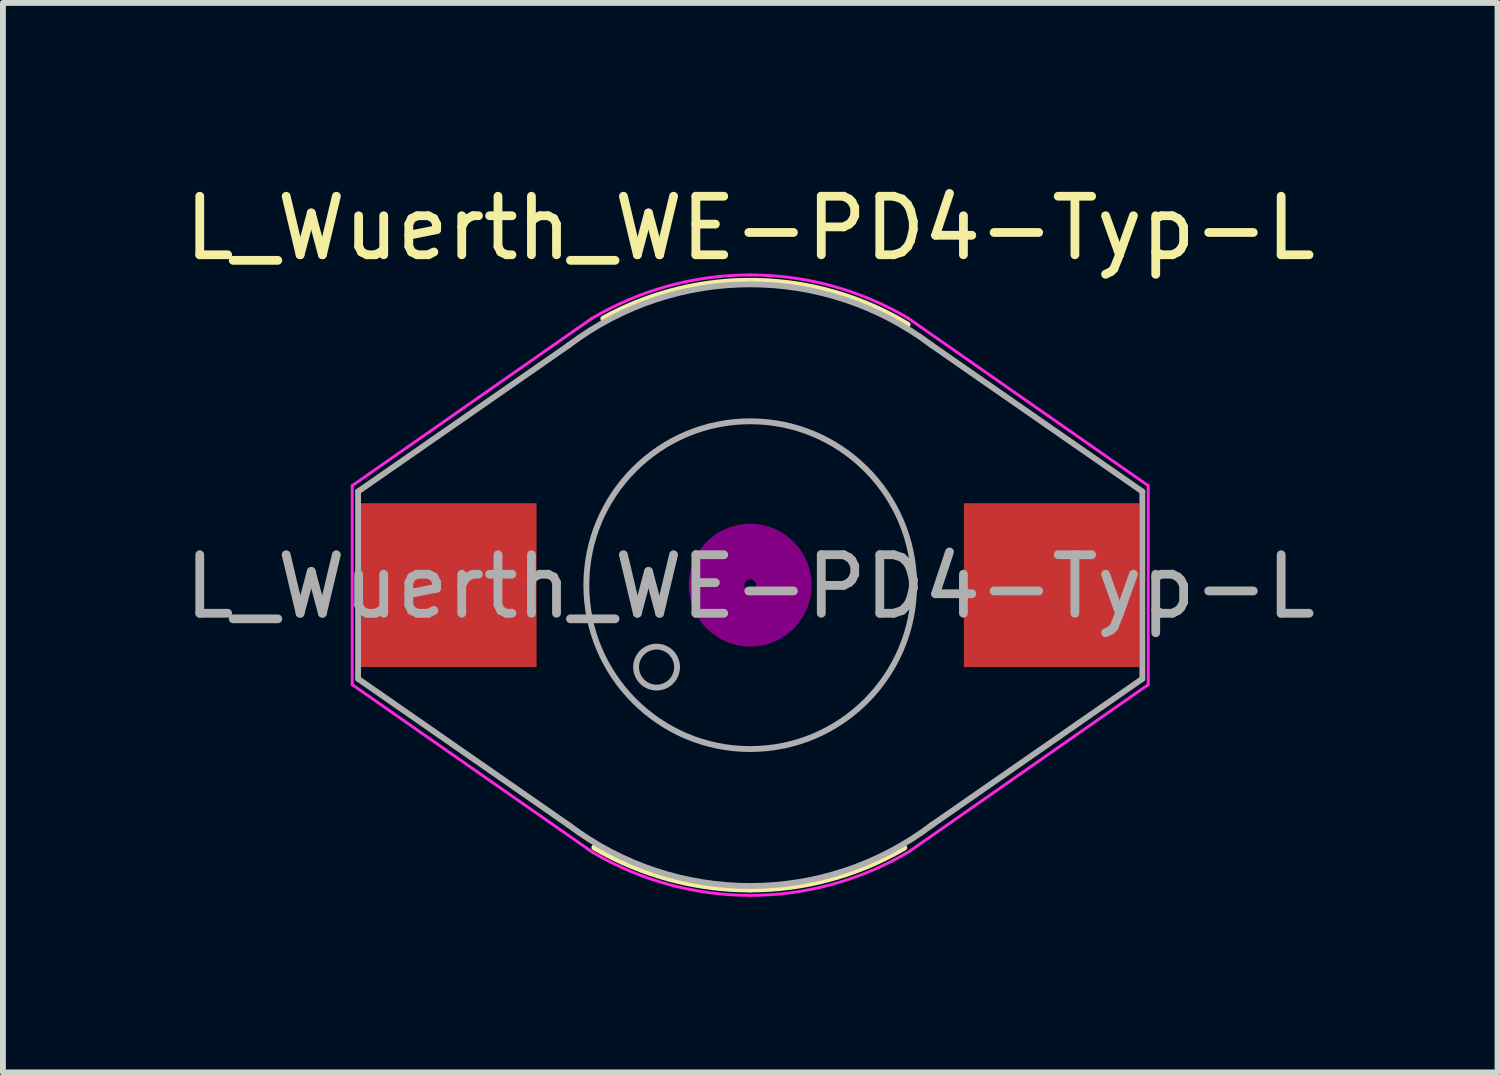
<source format=kicad_pcb>
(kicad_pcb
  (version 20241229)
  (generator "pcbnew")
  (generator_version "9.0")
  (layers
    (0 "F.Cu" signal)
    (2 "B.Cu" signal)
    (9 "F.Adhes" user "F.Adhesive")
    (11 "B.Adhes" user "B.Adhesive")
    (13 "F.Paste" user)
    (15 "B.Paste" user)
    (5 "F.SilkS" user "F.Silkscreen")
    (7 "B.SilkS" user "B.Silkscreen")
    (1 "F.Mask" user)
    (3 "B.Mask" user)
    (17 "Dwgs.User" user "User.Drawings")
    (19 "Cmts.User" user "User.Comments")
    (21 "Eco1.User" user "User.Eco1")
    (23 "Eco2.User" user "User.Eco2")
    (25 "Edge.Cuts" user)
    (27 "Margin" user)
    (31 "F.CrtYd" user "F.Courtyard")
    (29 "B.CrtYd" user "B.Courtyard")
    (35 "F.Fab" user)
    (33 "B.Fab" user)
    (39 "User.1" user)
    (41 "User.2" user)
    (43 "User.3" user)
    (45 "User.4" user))
  (footprint "L_Wuerth_WE-PD4-Typ-L"
    (layer "F.Cu")
    (at 9.768 6.948)
    (property "Reference" "L_Wuerth_WE-PD4-Typ-L" (at 0 -6.1 0) (layer "F.SilkS") (effects (font (size 1 1) (thickness 0.15))))
    (attr smd)
    (fp_arc (start -2.510009 -4.555201) (mid -1.247388 -5.049161) (end 0.1 -5.2) (stroke (width 0.1) (type default)) (layer "F.SilkS"))
    (fp_arc (start 0 5.2) (mid -1.379491 5.017324) (end -2.663888 4.481888) (stroke (width 0.1) (type default)) (layer "F.SilkS"))
    (fp_arc (start 0.1 -5.2) (mid 1.444077 -4.996463) (end 2.689498 -4.451583) (stroke (width 0.1) (type default)) (layer "F.SilkS"))
    (fp_arc (start 2.632243 4.484562) (mid 1.363869 5.017954) (end 0 5.2) (stroke (width 0.1) (type default)) (layer "F.SilkS"))
    (fp_circle (center 0 0) (end 0.1 0) (stroke (width 0.3) (type solid)) (fill no) (layer "F.Adhes"))
    (fp_circle (center 0 0) (end 0.3 0) (stroke (width 0.3) (type solid)) (fill no) (layer "F.Adhes"))
    (fp_circle (center 0 0) (end 0.5 0) (stroke (width 0.3) (type solid)) (fill no) (layer "F.Adhes"))
    (fp_circle (center 0 0) (end 0.7 0) (stroke (width 0.3) (type solid)) (fill no) (layer "F.Adhes"))
    (fp_circle (center 0 0) (end 0.9 0) (stroke (width 0.3) (type solid)) (fill no) (layer "F.Adhes"))
    (fp_line (start -6.8 -1.7) (end -6.8 1.7) (stroke (width 0.05) (type default)) (layer "F.CrtYd"))
    (fp_line (start -6.8 1.7) (end -2.683 4.571) (stroke (width 0.05) (type default)) (layer "F.CrtYd"))
    (fp_line (start -2.713 -4.553) (end -6.8 -1.7) (stroke (width 0.05) (type default)) (layer "F.CrtYd"))
    (fp_line (start 2.713 4.553) (end 6.8 1.7) (stroke (width 0.05) (type default)) (layer "F.CrtYd"))
    (fp_line (start 6.8 -1.7) (end 2.699 -4.561) (stroke (width 0.05) (type default)) (layer "F.CrtYd"))
    (fp_line (start 6.8 1.7) (end 6.8 -1.7) (stroke (width 0.05) (type default)) (layer "F.CrtYd"))
    (fp_arc (start -2.712567 -4.553238) (mid -1.40674 -5.1099) (end 0 -5.3) (stroke (width 0.05) (type default)) (layer "F.CrtYd"))
    (fp_arc (start 0 -5.3) (mid 1.399357 -5.111927) (end 2.699401 -4.561056) (stroke (width 0.05) (type default)) (layer "F.CrtYd"))
    (fp_arc (start 0 5.3) (mid -1.390097 5.114453) (end -2.682863 4.570804) (stroke (width 0.05) (type default)) (layer "F.CrtYd"))
    (fp_arc (start 2.712567 4.553238) (mid 1.40674 5.1099) (end 0 5.3) (stroke (width 0.05) (type default)) (layer "F.CrtYd"))
    (fp_line (start -6.7 -1.6) (end -6.7 1.6) (stroke (width 0.1) (type default)) (layer "F.Fab"))
    (fp_line (start -6.7 -1.6) (end -3.1 -4.1) (stroke (width 0.1) (type default)) (layer "F.Fab"))
    (fp_line (start -3.1 4.1) (end -6.7 1.6) (stroke (width 0.1) (type default)) (layer "F.Fab"))
    (fp_line (start 3.1 4.1) (end 6.7 1.6) (stroke (width 0.1) (type default)) (layer "F.Fab"))
    (fp_line (start 6.7 -1.6) (end 3.1 -4.1) (stroke (width 0.1) (type default)) (layer "F.Fab"))
    (fp_line (start 6.7 -1.6) (end 6.7 1.6) (stroke (width 0.1) (type default)) (layer "F.Fab"))
    (fp_arc (start -3.099999 -4.099999) (mid 0 -5.140038) (end 3.099999 -4.099999) (stroke (width 0.1) (type default)) (layer "F.Fab"))
    (fp_arc (start 3.099999 4.099999) (mid 0 5.140038) (end -3.099999 4.099999) (stroke (width 0.1) (type default)) (layer "F.Fab"))
    (fp_circle (center -1.6 1.4) (end -1.6 1.05) (stroke (width 0.1) (type solid)) (fill no) (layer "F.Fab"))
    (fp_circle (center 0 0) (end 2.8 0) (stroke (width 0.1) (type solid)) (fill no) (layer "F.Fab"))
    (fp_text user "${REFERENCE}" (at 0 0.025 0) (layer "F.Fab") (effects (font (size 1 1) (thickness 0.15))))
    (pad "1" smd rect (at -5.15 0 90) (size 2.8 3) (layers "F.Cu" "F.Mask" "F.Paste"))
    (pad "2" smd rect (at 5.15 0 90) (size 2.8 3) (layers "F.Cu" "F.Mask" "F.Paste")))
  (gr_rect
    (start -3 -3)
    (end 22.536 15.273)
    (stroke (width 0.1) (type default))
    (fill no)
    (layer "Edge.Cuts")))
</source>
